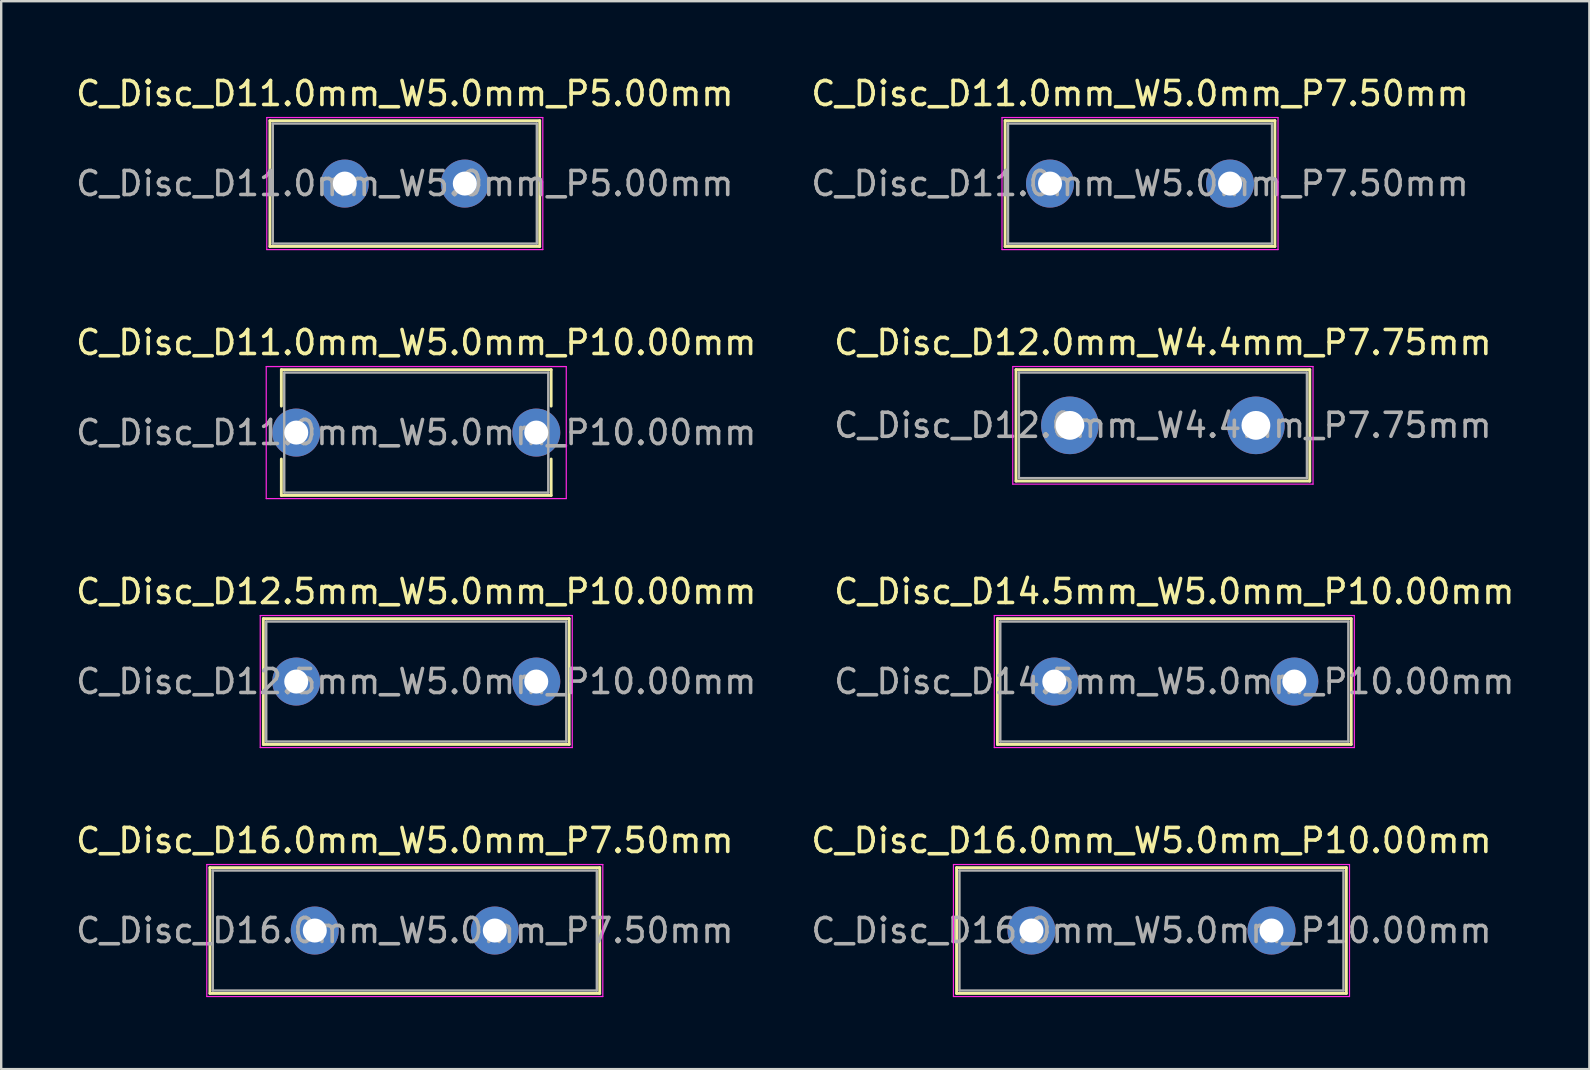
<source format=kicad_pcb>
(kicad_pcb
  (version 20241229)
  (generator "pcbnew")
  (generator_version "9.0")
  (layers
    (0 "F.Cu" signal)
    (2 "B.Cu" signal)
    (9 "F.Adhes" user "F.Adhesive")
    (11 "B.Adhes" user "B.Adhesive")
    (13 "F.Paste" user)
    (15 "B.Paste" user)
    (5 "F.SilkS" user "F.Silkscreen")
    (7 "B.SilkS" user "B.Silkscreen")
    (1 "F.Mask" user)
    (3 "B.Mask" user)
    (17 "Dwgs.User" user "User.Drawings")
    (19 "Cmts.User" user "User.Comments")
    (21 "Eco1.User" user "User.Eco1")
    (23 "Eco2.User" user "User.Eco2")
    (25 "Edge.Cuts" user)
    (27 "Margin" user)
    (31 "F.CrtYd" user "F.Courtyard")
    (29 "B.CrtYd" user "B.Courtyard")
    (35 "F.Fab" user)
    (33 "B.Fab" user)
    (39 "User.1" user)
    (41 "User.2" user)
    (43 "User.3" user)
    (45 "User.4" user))
  (footprint "C_Disc_D11.0mm_W5.0mm_P5.00mm"
    (layer "F.Cu")
    (at 11.315 4.598)
    (property "Reference" "C_Disc_D11.0mm_W5.0mm_P5.00mm" (at 2.5 -3.75 0) (layer "F.SilkS") (effects (font (size 1 1) (thickness 0.15))))
    (attr through_hole)
    (fp_line (start -3.12 -2.62) (end -3.12 2.62) (stroke (width 0.12) (type solid)) (layer "F.SilkS"))
    (fp_line (start -3.12 -2.62) (end 8.12 -2.62) (stroke (width 0.12) (type solid)) (layer "F.SilkS"))
    (fp_line (start -3.12 2.62) (end 8.12 2.62) (stroke (width 0.12) (type solid)) (layer "F.SilkS"))
    (fp_line (start 8.12 -2.62) (end 8.12 2.62) (stroke (width 0.12) (type solid)) (layer "F.SilkS"))
    (fp_line (start -3.25 -2.75) (end -3.25 2.75) (stroke (width 0.05) (type solid)) (layer "F.CrtYd"))
    (fp_line (start -3.25 2.75) (end 8.25 2.75) (stroke (width 0.05) (type solid)) (layer "F.CrtYd"))
    (fp_line (start 8.25 -2.75) (end -3.25 -2.75) (stroke (width 0.05) (type solid)) (layer "F.CrtYd"))
    (fp_line (start 8.25 2.75) (end 8.25 -2.75) (stroke (width 0.05) (type solid)) (layer "F.CrtYd"))
    (fp_line (start -3 -2.5) (end -3 2.5) (stroke (width 0.1) (type solid)) (layer "F.Fab"))
    (fp_line (start -3 2.5) (end 8 2.5) (stroke (width 0.1) (type solid)) (layer "F.Fab"))
    (fp_line (start 8 -2.5) (end -3 -2.5) (stroke (width 0.1) (type solid)) (layer "F.Fab"))
    (fp_line (start 8 2.5) (end 8 -2.5) (stroke (width 0.1) (type solid)) (layer "F.Fab"))
    (fp_text user "${REFERENCE}" (at 2.5 0 0) (layer "F.Fab") (effects (font (size 1 1) (thickness 0.15))))
    (pad "1" thru_hole circle (at 0 0) (size 2 2) (drill 1) (layers "*.Cu" "*.Mask"))
    (pad "2" thru_hole circle (at 5 0) (size 2 2) (drill 1) (layers "*.Cu" "*.Mask")))
  (footprint "C_Disc_D16.0mm_W5.0mm_P7.50mm"
    (layer "F.Cu")
    (at 10.065 35.718)
    (property "Reference" "C_Disc_D16.0mm_W5.0mm_P7.50mm" (at 3.75 -3.75 0) (layer "F.SilkS") (effects (font (size 1 1) (thickness 0.15))))
    (attr through_hole)
    (fp_line (start -4.37 -2.62) (end -4.37 2.62) (stroke (width 0.12) (type solid)) (layer "F.SilkS"))
    (fp_line (start -4.37 -2.62) (end 11.87 -2.62) (stroke (width 0.12) (type solid)) (layer "F.SilkS"))
    (fp_line (start -4.37 2.62) (end 11.87 2.62) (stroke (width 0.12) (type solid)) (layer "F.SilkS"))
    (fp_line (start 11.87 -2.62) (end 11.87 2.62) (stroke (width 0.12) (type solid)) (layer "F.SilkS"))
    (fp_line (start -4.5 -2.75) (end -4.5 2.75) (stroke (width 0.05) (type solid)) (layer "F.CrtYd"))
    (fp_line (start -4.5 2.75) (end 12 2.75) (stroke (width 0.05) (type solid)) (layer "F.CrtYd"))
    (fp_line (start 12 -2.75) (end -4.5 -2.75) (stroke (width 0.05) (type solid)) (layer "F.CrtYd"))
    (fp_line (start 12 2.75) (end 12 -2.75) (stroke (width 0.05) (type solid)) (layer "F.CrtYd"))
    (fp_line (start -4.25 -2.5) (end -4.25 2.5) (stroke (width 0.1) (type solid)) (layer "F.Fab"))
    (fp_line (start -4.25 2.5) (end 11.75 2.5) (stroke (width 0.1) (type solid)) (layer "F.Fab"))
    (fp_line (start 11.75 -2.5) (end -4.25 -2.5) (stroke (width 0.1) (type solid)) (layer "F.Fab"))
    (fp_line (start 11.75 2.5) (end 11.75 -2.5) (stroke (width 0.1) (type solid)) (layer "F.Fab"))
    (fp_text user "${REFERENCE}" (at 3.75 0 0) (layer "F.Fab") (effects (font (size 1 1) (thickness 0.15))))
    (pad "1" thru_hole circle (at 0 0) (size 2 2) (drill 1) (layers "*.Cu" "*.Mask"))
    (pad "2" thru_hole circle (at 7.5 0) (size 2 2) (drill 1) (layers "*.Cu" "*.Mask")))
  (footprint "C_Disc_D14.5mm_W5.0mm_P10.00mm"
    (layer "F.Cu")
    (at 40.875 25.345)
    (property "Reference" "C_Disc_D14.5mm_W5.0mm_P10.00mm" (at 5 -3.75 0) (layer "F.SilkS") (effects (font (size 1 1) (thickness 0.15))))
    (attr through_hole)
    (fp_line (start -2.37 -2.62) (end -2.37 2.62) (stroke (width 0.12) (type solid)) (layer "F.SilkS"))
    (fp_line (start -2.37 -2.62) (end 12.37 -2.62) (stroke (width 0.12) (type solid)) (layer "F.SilkS"))
    (fp_line (start -2.37 2.62) (end 12.37 2.62) (stroke (width 0.12) (type solid)) (layer "F.SilkS"))
    (fp_line (start 12.37 -2.62) (end 12.37 2.62) (stroke (width 0.12) (type solid)) (layer "F.SilkS"))
    (fp_line (start -2.5 -2.75) (end -2.5 2.75) (stroke (width 0.05) (type solid)) (layer "F.CrtYd"))
    (fp_line (start -2.5 2.75) (end 12.5 2.75) (stroke (width 0.05) (type solid)) (layer "F.CrtYd"))
    (fp_line (start 12.5 -2.75) (end -2.5 -2.75) (stroke (width 0.05) (type solid)) (layer "F.CrtYd"))
    (fp_line (start 12.5 2.75) (end 12.5 -2.75) (stroke (width 0.05) (type solid)) (layer "F.CrtYd"))
    (fp_line (start -2.25 -2.5) (end -2.25 2.5) (stroke (width 0.1) (type solid)) (layer "F.Fab"))
    (fp_line (start -2.25 2.5) (end 12.25 2.5) (stroke (width 0.1) (type solid)) (layer "F.Fab"))
    (fp_line (start 12.25 -2.5) (end -2.25 -2.5) (stroke (width 0.1) (type solid)) (layer "F.Fab"))
    (fp_line (start 12.25 2.5) (end 12.25 -2.5) (stroke (width 0.1) (type solid)) (layer "F.Fab"))
    (fp_text user "${REFERENCE}" (at 5 0 0) (layer "F.Fab") (effects (font (size 1 1) (thickness 0.15))))
    (pad "1" thru_hole circle (at 0 0) (size 2 2) (drill 1) (layers "*.Cu" "*.Mask"))
    (pad "2" thru_hole circle (at 10 0) (size 2 2) (drill 1) (layers "*.Cu" "*.Mask")))
  (footprint "C_Disc_D12.5mm_W5.0mm_P10.00mm"
    (layer "F.Cu")
    (at 9.292 25.345)
    (property "Reference" "C_Disc_D12.5mm_W5.0mm_P10.00mm" (at 5 -3.75 0) (layer "F.SilkS") (effects (font (size 1 1) (thickness 0.15))))
    (attr through_hole)
    (fp_line (start -1.37 -2.62) (end -1.37 2.62) (stroke (width 0.12) (type solid)) (layer "F.SilkS"))
    (fp_line (start -1.37 -2.62) (end 11.37 -2.62) (stroke (width 0.12) (type solid)) (layer "F.SilkS"))
    (fp_line (start -1.37 2.62) (end 11.37 2.62) (stroke (width 0.12) (type solid)) (layer "F.SilkS"))
    (fp_line (start 11.37 -2.62) (end 11.37 2.62) (stroke (width 0.12) (type solid)) (layer "F.SilkS"))
    (fp_line (start -1.5 -2.75) (end -1.5 2.75) (stroke (width 0.05) (type solid)) (layer "F.CrtYd"))
    (fp_line (start -1.5 2.75) (end 11.5 2.75) (stroke (width 0.05) (type solid)) (layer "F.CrtYd"))
    (fp_line (start 11.5 -2.75) (end -1.5 -2.75) (stroke (width 0.05) (type solid)) (layer "F.CrtYd"))
    (fp_line (start 11.5 2.75) (end 11.5 -2.75) (stroke (width 0.05) (type solid)) (layer "F.CrtYd"))
    (fp_line (start -1.25 -2.5) (end -1.25 2.5) (stroke (width 0.1) (type solid)) (layer "F.Fab"))
    (fp_line (start -1.25 2.5) (end 11.25 2.5) (stroke (width 0.1) (type solid)) (layer "F.Fab"))
    (fp_line (start 11.25 -2.5) (end -1.25 -2.5) (stroke (width 0.1) (type solid)) (layer "F.Fab"))
    (fp_line (start 11.25 2.5) (end 11.25 -2.5) (stroke (width 0.1) (type solid)) (layer "F.Fab"))
    (fp_text user "${REFERENCE}" (at 5 0 0) (layer "F.Fab") (effects (font (size 1 1) (thickness 0.15))))
    (pad "1" thru_hole circle (at 0 0) (size 2 2) (drill 1) (layers "*.Cu" "*.Mask"))
    (pad "2" thru_hole circle (at 10 0) (size 2 2) (drill 1) (layers "*.Cu" "*.Mask")))
  (footprint "C_Disc_D11.0mm_W5.0mm_P10.00mm"
    (layer "F.Cu")
    (at 9.292 14.972)
    (property "Reference" "C_Disc_D11.0mm_W5.0mm_P10.00mm" (at 5 -3.75 0) (layer "F.SilkS") (effects (font (size 1 1) (thickness 0.15))))
    (attr through_hole)
    (fp_line (start -0.62 -2.62) (end -0.62 -1.101) (stroke (width 0.12) (type solid)) (layer "F.SilkS"))
    (fp_line (start -0.62 -2.62) (end 10.62 -2.62) (stroke (width 0.12) (type solid)) (layer "F.SilkS"))
    (fp_line (start -0.62 1.101) (end -0.62 2.62) (stroke (width 0.12) (type solid)) (layer "F.SilkS"))
    (fp_line (start -0.62 2.62) (end 10.62 2.62) (stroke (width 0.12) (type solid)) (layer "F.SilkS"))
    (fp_line (start 10.62 -2.62) (end 10.62 -1.101) (stroke (width 0.12) (type solid)) (layer "F.SilkS"))
    (fp_line (start 10.62 1.101) (end 10.62 2.62) (stroke (width 0.12) (type solid)) (layer "F.SilkS"))
    (fp_line (start -1.25 -2.75) (end -1.25 2.75) (stroke (width 0.05) (type solid)) (layer "F.CrtYd"))
    (fp_line (start -1.25 2.75) (end 11.25 2.75) (stroke (width 0.05) (type solid)) (layer "F.CrtYd"))
    (fp_line (start 11.25 -2.75) (end -1.25 -2.75) (stroke (width 0.05) (type solid)) (layer "F.CrtYd"))
    (fp_line (start 11.25 2.75) (end 11.25 -2.75) (stroke (width 0.05) (type solid)) (layer "F.CrtYd"))
    (fp_line (start -0.5 -2.5) (end -0.5 2.5) (stroke (width 0.1) (type solid)) (layer "F.Fab"))
    (fp_line (start -0.5 2.5) (end 10.5 2.5) (stroke (width 0.1) (type solid)) (layer "F.Fab"))
    (fp_line (start 10.5 -2.5) (end -0.5 -2.5) (stroke (width 0.1) (type solid)) (layer "F.Fab"))
    (fp_line (start 10.5 2.5) (end 10.5 -2.5) (stroke (width 0.1) (type solid)) (layer "F.Fab"))
    (fp_text user "${REFERENCE}" (at 5 0 0) (layer "F.Fab") (effects (font (size 1 1) (thickness 0.15))))
    (pad "1" thru_hole circle (at 0 0) (size 2 2) (drill 1) (layers "*.Cu" "*.Mask"))
    (pad "2" thru_hole circle (at 10 0) (size 2 2) (drill 1) (layers "*.Cu" "*.Mask")))
  (footprint "C_Disc_D16.0mm_W5.0mm_P10.00mm"
    (layer "F.Cu")
    (at 39.923 35.718)
    (property "Reference" "C_Disc_D16.0mm_W5.0mm_P10.00mm" (at 5 -3.75 0) (layer "F.SilkS") (effects (font (size 1 1) (thickness 0.15))))
    (attr through_hole)
    (fp_line (start -3.12 -2.62) (end -3.12 2.62) (stroke (width 0.12) (type solid)) (layer "F.SilkS"))
    (fp_line (start -3.12 -2.62) (end 13.12 -2.62) (stroke (width 0.12) (type solid)) (layer "F.SilkS"))
    (fp_line (start -3.12 2.62) (end 13.12 2.62) (stroke (width 0.12) (type solid)) (layer "F.SilkS"))
    (fp_line (start 13.12 -2.62) (end 13.12 2.62) (stroke (width 0.12) (type solid)) (layer "F.SilkS"))
    (fp_line (start -3.25 -2.75) (end -3.25 2.75) (stroke (width 0.05) (type solid)) (layer "F.CrtYd"))
    (fp_line (start -3.25 2.75) (end 13.25 2.75) (stroke (width 0.05) (type solid)) (layer "F.CrtYd"))
    (fp_line (start 13.25 -2.75) (end -3.25 -2.75) (stroke (width 0.05) (type solid)) (layer "F.CrtYd"))
    (fp_line (start 13.25 2.75) (end 13.25 -2.75) (stroke (width 0.05) (type solid)) (layer "F.CrtYd"))
    (fp_line (start -3 -2.5) (end -3 2.5) (stroke (width 0.1) (type solid)) (layer "F.Fab"))
    (fp_line (start -3 2.5) (end 13 2.5) (stroke (width 0.1) (type solid)) (layer "F.Fab"))
    (fp_line (start 13 -2.5) (end -3 -2.5) (stroke (width 0.1) (type solid)) (layer "F.Fab"))
    (fp_line (start 13 2.5) (end 13 -2.5) (stroke (width 0.1) (type solid)) (layer "F.Fab"))
    (fp_text user "${REFERENCE}" (at 5 0 0) (layer "F.Fab") (effects (font (size 1 1) (thickness 0.15))))
    (pad "1" thru_hole circle (at 0 0) (size 2 2) (drill 1) (layers "*.Cu" "*.Mask"))
    (pad "2" thru_hole circle (at 10 0) (size 2 2) (drill 1) (layers "*.Cu" "*.Mask")))
  (footprint "C_Disc_D12.0mm_W4.4mm_P7.75mm"
    (layer "F.Cu")
    (at 41.524 14.671)
    (property "Reference" "C_Disc_D12.0mm_W4.4mm_P7.75mm" (at 3.875 -3.45 0) (layer "F.SilkS") (effects (font (size 1 1) (thickness 0.15))))
    (attr through_hole)
    (fp_line (start -2.245 -2.321) (end -2.245 2.321) (stroke (width 0.12) (type solid)) (layer "F.SilkS"))
    (fp_line (start -2.245 -2.321) (end 9.995 -2.321) (stroke (width 0.12) (type solid)) (layer "F.SilkS"))
    (fp_line (start -2.245 2.321) (end 9.995 2.321) (stroke (width 0.12) (type solid)) (layer "F.SilkS"))
    (fp_line (start 9.995 -2.321) (end 9.995 2.321) (stroke (width 0.12) (type solid)) (layer "F.SilkS"))
    (fp_line (start -2.38 -2.45) (end -2.38 2.45) (stroke (width 0.05) (type solid)) (layer "F.CrtYd"))
    (fp_line (start -2.38 2.45) (end 10.13 2.45) (stroke (width 0.05) (type solid)) (layer "F.CrtYd"))
    (fp_line (start 10.13 -2.45) (end -2.38 -2.45) (stroke (width 0.05) (type solid)) (layer "F.CrtYd"))
    (fp_line (start 10.13 2.45) (end 10.13 -2.45) (stroke (width 0.05) (type solid)) (layer "F.CrtYd"))
    (fp_line (start -2.125 -2.2) (end -2.125 2.2) (stroke (width 0.1) (type solid)) (layer "F.Fab"))
    (fp_line (start -2.125 2.2) (end 9.875 2.2) (stroke (width 0.1) (type solid)) (layer "F.Fab"))
    (fp_line (start 9.875 -2.2) (end -2.125 -2.2) (stroke (width 0.1) (type solid)) (layer "F.Fab"))
    (fp_line (start 9.875 2.2) (end 9.875 -2.2) (stroke (width 0.1) (type solid)) (layer "F.Fab"))
    (fp_text user "${REFERENCE}" (at 3.875 0 0) (layer "F.Fab") (effects (font (size 1 1) (thickness 0.15))))
    (pad "1" thru_hole circle (at 0 0) (size 2.4 2.4) (drill 1.2) (layers "*.Cu" "*.Mask"))
    (pad "2" thru_hole circle (at 7.75 0) (size 2.4 2.4) (drill 1.2) (layers "*.Cu" "*.Mask")))
  (footprint "C_Disc_D11.0mm_W5.0mm_P7.50mm"
    (layer "F.Cu")
    (at 40.696 4.598)
    (property "Reference" "C_Disc_D11.0mm_W5.0mm_P7.50mm" (at 3.75 -3.75 0) (layer "F.SilkS") (effects (font (size 1 1) (thickness 0.15))))
    (attr through_hole)
    (fp_line (start -1.87 -2.62) (end -1.87 2.62) (stroke (width 0.12) (type solid)) (layer "F.SilkS"))
    (fp_line (start -1.87 -2.62) (end 9.37 -2.62) (stroke (width 0.12) (type solid)) (layer "F.SilkS"))
    (fp_line (start -1.87 2.62) (end 9.37 2.62) (stroke (width 0.12) (type solid)) (layer "F.SilkS"))
    (fp_line (start 9.37 -2.62) (end 9.37 2.62) (stroke (width 0.12) (type solid)) (layer "F.SilkS"))
    (fp_line (start -2 -2.75) (end -2 2.75) (stroke (width 0.05) (type solid)) (layer "F.CrtYd"))
    (fp_line (start -2 2.75) (end 9.5 2.75) (stroke (width 0.05) (type solid)) (layer "F.CrtYd"))
    (fp_line (start 9.5 -2.75) (end -2 -2.75) (stroke (width 0.05) (type solid)) (layer "F.CrtYd"))
    (fp_line (start 9.5 2.75) (end 9.5 -2.75) (stroke (width 0.05) (type solid)) (layer "F.CrtYd"))
    (fp_line (start -1.75 -2.5) (end -1.75 2.5) (stroke (width 0.1) (type solid)) (layer "F.Fab"))
    (fp_line (start -1.75 2.5) (end 9.25 2.5) (stroke (width 0.1) (type solid)) (layer "F.Fab"))
    (fp_line (start 9.25 -2.5) (end -1.75 -2.5) (stroke (width 0.1) (type solid)) (layer "F.Fab"))
    (fp_line (start 9.25 2.5) (end 9.25 -2.5) (stroke (width 0.1) (type solid)) (layer "F.Fab"))
    (fp_text user "${REFERENCE}" (at 3.75 0 0) (layer "F.Fab") (effects (font (size 1 1) (thickness 0.15))))
    (pad "1" thru_hole circle (at 0 0) (size 2 2) (drill 1) (layers "*.Cu" "*.Mask"))
    (pad "2" thru_hole circle (at 7.5 0) (size 2 2) (drill 1) (layers "*.Cu" "*.Mask")))
  (gr_rect
    (start -3 -3)
    (end 63.167 41.493)
    (stroke (width 0.1) (type default))
    (fill no)
    (layer "Edge.Cuts")))
</source>
